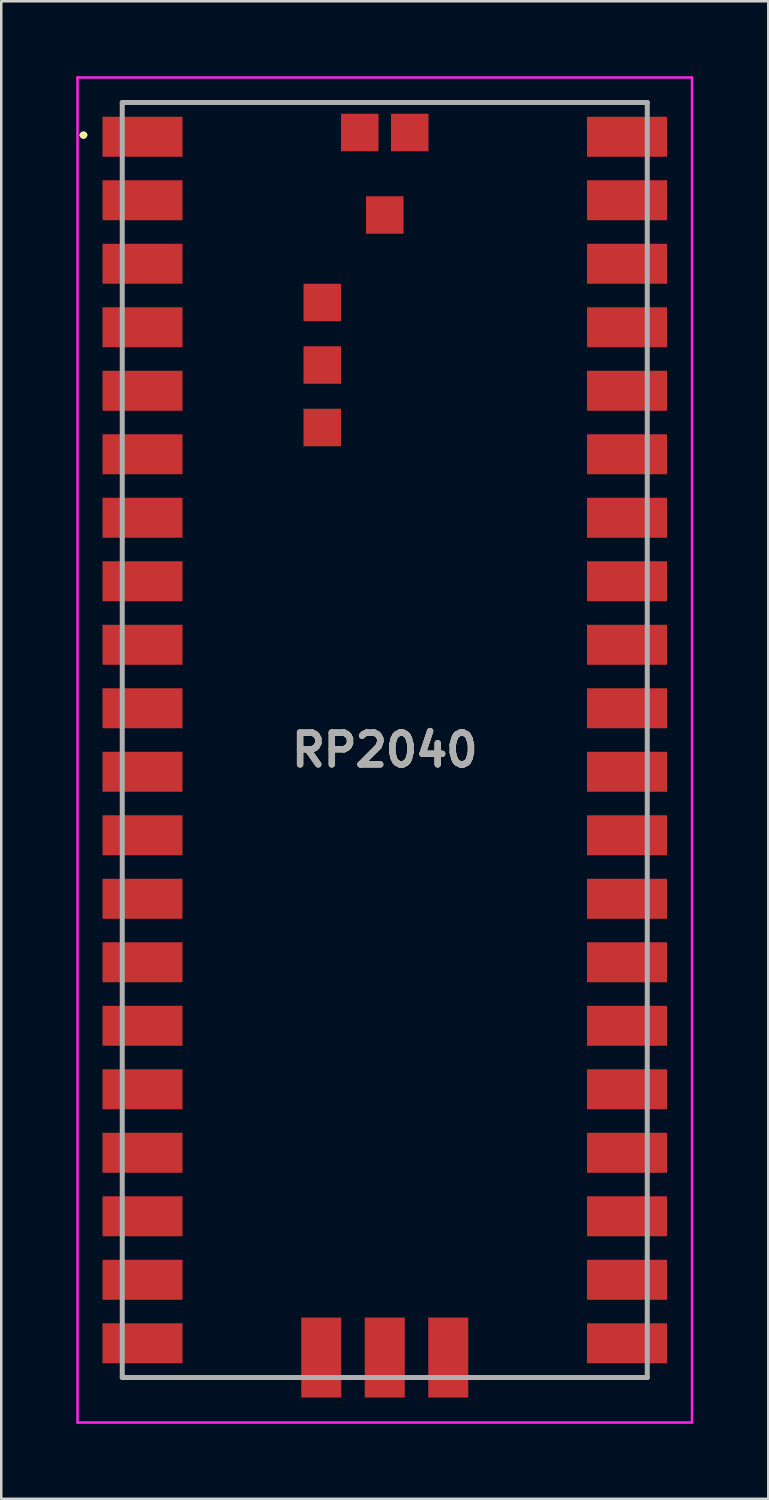
<source format=kicad_pcb>
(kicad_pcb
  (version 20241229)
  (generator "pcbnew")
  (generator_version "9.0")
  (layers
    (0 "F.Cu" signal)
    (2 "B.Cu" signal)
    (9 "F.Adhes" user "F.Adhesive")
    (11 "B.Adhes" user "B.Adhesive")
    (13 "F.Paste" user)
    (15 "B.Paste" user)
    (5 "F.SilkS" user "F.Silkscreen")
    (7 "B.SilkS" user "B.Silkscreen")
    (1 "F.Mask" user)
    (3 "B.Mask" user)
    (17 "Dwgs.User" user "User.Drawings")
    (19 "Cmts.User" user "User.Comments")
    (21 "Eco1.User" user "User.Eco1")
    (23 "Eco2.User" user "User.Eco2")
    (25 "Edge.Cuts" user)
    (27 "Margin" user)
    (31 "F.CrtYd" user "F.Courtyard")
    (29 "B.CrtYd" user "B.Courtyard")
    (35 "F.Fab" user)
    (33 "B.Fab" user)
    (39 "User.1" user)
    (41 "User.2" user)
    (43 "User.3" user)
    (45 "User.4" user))
  (footprint "RP2040"
    (layer "F.Cu")
    (at 1.84 52.05)
    (property "Reference" "RP2040" (at 10.5 -25.1 0) (layer "F.SilkS") (effects (font (size 1.27 1.27) (thickness 0.254))))
    (attr smd)
    (fp_line (start -1.6 -49.7) (end -1.6 -49.7) (stroke (width 0.2) (type solid)) (layer "F.SilkS"))
    (fp_line (start -1.6 -49.7) (end -1.6 -49.7) (stroke (width 0.2) (type solid)) (layer "F.SilkS"))
    (fp_line (start -1.5 -49.7) (end -1.5 -49.7) (stroke (width 0.2) (type solid)) (layer "F.SilkS"))
    (fp_line (start 0 -51) (end 0 -51) (stroke (width 0.1) (type solid)) (layer "F.SilkS"))
    (fp_line (start 0 -51) (end 21 -51) (stroke (width 0.1) (type solid)) (layer "F.SilkS"))
    (fp_line (start 0 0) (end 0 0) (stroke (width 0.1) (type solid)) (layer "F.SilkS"))
    (fp_line (start 0 0) (end 6.5 0) (stroke (width 0.1) (type solid)) (layer "F.SilkS"))
    (fp_line (start 6.5 0) (end 0 0) (stroke (width 0.1) (type solid)) (layer "F.SilkS"))
    (fp_line (start 6.5 0) (end 6.5 0) (stroke (width 0.1) (type solid)) (layer "F.SilkS"))
    (fp_line (start 14.75 0) (end 14.75 0) (stroke (width 0.1) (type solid)) (layer "F.SilkS"))
    (fp_line (start 14.75 0) (end 21 0) (stroke (width 0.1) (type solid)) (layer "F.SilkS"))
    (fp_line (start 21 -51) (end 0 -51) (stroke (width 0.1) (type solid)) (layer "F.SilkS"))
    (fp_line (start 21 -51) (end 21 -51) (stroke (width 0.1) (type solid)) (layer "F.SilkS"))
    (fp_line (start 21 0) (end 14.75 0) (stroke (width 0.1) (type solid)) (layer "F.SilkS"))
    (fp_line (start 21 0) (end 21 0) (stroke (width 0.1) (type solid)) (layer "F.SilkS"))
    (fp_arc (start -1.6 -49.7) (mid -1.55 -49.75) (end -1.5 -49.7) (stroke (width 0.2) (type solid)) (layer "F.SilkS"))
    (fp_arc (start -1.5 -49.7) (mid -1.55 -49.65) (end -1.6 -49.7) (stroke (width 0.2) (type solid)) (layer "F.SilkS"))
    (fp_arc (start -1.5 -49.7) (mid -1.55 -49.65) (end -1.6 -49.7) (stroke (width 0.2) (type solid)) (layer "F.SilkS"))
    (fp_line (start -1.79 -52) (end 22.79 -52) (stroke (width 0.1) (type solid)) (layer "F.CrtYd"))
    (fp_line (start -1.79 1.8) (end -1.79 -52) (stroke (width 0.1) (type solid)) (layer "F.CrtYd"))
    (fp_line (start 22.79 -52) (end 22.79 1.8) (stroke (width 0.1) (type solid)) (layer "F.CrtYd"))
    (fp_line (start 22.79 1.8) (end -1.79 1.8) (stroke (width 0.1) (type solid)) (layer "F.CrtYd"))
    (fp_line (start 0 -51) (end 0 0) (stroke (width 0.2) (type solid)) (layer "F.Fab"))
    (fp_line (start 0 0) (end 21 0) (stroke (width 0.2) (type solid)) (layer "F.Fab"))
    (fp_line (start 21 -51) (end 0 -51) (stroke (width 0.2) (type solid)) (layer "F.Fab"))
    (fp_line (start 21 0) (end 21 -51) (stroke (width 0.2) (type solid)) (layer "F.Fab"))
    (fp_text user "${REFERENCE}" (at 10.5 -25.1 0) (layer "F.Fab") (effects (font (size 1.27 1.27) (thickness 0.254))))
    (pad "1" smd rect (at 0.81 -49.63 90) (size 1.6 3.2) (layers "F.Cu" "F.Mask" "F.Paste"))
    (pad "2" smd rect (at 0.81 -47.09 90) (size 1.6 3.2) (layers "F.Cu" "F.Mask" "F.Paste"))
    (pad "3" smd rect (at 0.81 -44.55 90) (size 1.6 3.2) (layers "F.Cu" "F.Mask" "F.Paste"))
    (pad "4" smd rect (at 0.81 -42.01 90) (size 1.6 3.2) (layers "F.Cu" "F.Mask" "F.Paste"))
    (pad "5" smd rect (at 0.81 -39.47 90) (size 1.6 3.2) (layers "F.Cu" "F.Mask" "F.Paste"))
    (pad "6" smd rect (at 0.81 -36.93 90) (size 1.6 3.2) (layers "F.Cu" "F.Mask" "F.Paste"))
    (pad "7" smd rect (at 0.81 -34.39 90) (size 1.6 3.2) (layers "F.Cu" "F.Mask" "F.Paste"))
    (pad "8" smd rect (at 0.81 -31.85 90) (size 1.6 3.2) (layers "F.Cu" "F.Mask" "F.Paste"))
    (pad "9" smd rect (at 0.81 -29.31 90) (size 1.6 3.2) (layers "F.Cu" "F.Mask" "F.Paste"))
    (pad "10" smd rect (at 0.81 -26.77 90) (size 1.6 3.2) (layers "F.Cu" "F.Mask" "F.Paste"))
    (pad "11" smd rect (at 0.81 -24.23 90) (size 1.6 3.2) (layers "F.Cu" "F.Mask" "F.Paste"))
    (pad "12" smd rect (at 0.81 -21.69 90) (size 1.6 3.2) (layers "F.Cu" "F.Mask" "F.Paste"))
    (pad "13" smd rect (at 0.81 -19.15 90) (size 1.6 3.2) (layers "F.Cu" "F.Mask" "F.Paste"))
    (pad "14" smd rect (at 0.81 -16.61 90) (size 1.6 3.2) (layers "F.Cu" "F.Mask" "F.Paste"))
    (pad "15" smd rect (at 0.81 -14.07 90) (size 1.6 3.2) (layers "F.Cu" "F.Mask" "F.Paste"))
    (pad "16" smd rect (at 0.81 -11.53 90) (size 1.6 3.2) (layers "F.Cu" "F.Mask" "F.Paste"))
    (pad "17" smd rect (at 0.81 -8.99 90) (size 1.6 3.2) (layers "F.Cu" "F.Mask" "F.Paste"))
    (pad "18" smd rect (at 0.81 -6.45 90) (size 1.6 3.2) (layers "F.Cu" "F.Mask" "F.Paste"))
    (pad "19" smd rect (at 0.81 -3.91 90) (size 1.6 3.2) (layers "F.Cu" "F.Mask" "F.Paste"))
    (pad "20" smd rect (at 0.81 -1.37 90) (size 1.6 3.2) (layers "F.Cu" "F.Mask" "F.Paste"))
    (pad "21" smd rect (at 20.19 -1.37 90) (size 1.6 3.2) (layers "F.Cu" "F.Mask" "F.Paste"))
    (pad "22" smd rect (at 20.19 -3.91 90) (size 1.6 3.2) (layers "F.Cu" "F.Mask" "F.Paste"))
    (pad "23" smd rect (at 20.19 -6.45 90) (size 1.6 3.2) (layers "F.Cu" "F.Mask" "F.Paste"))
    (pad "24" smd rect (at 20.19 -8.99 90) (size 1.6 3.2) (layers "F.Cu" "F.Mask" "F.Paste"))
    (pad "25" smd rect (at 20.19 -11.53 90) (size 1.6 3.2) (layers "F.Cu" "F.Mask" "F.Paste"))
    (pad "26" smd rect (at 20.19 -14.07 90) (size 1.6 3.2) (layers "F.Cu" "F.Mask" "F.Paste"))
    (pad "27" smd rect (at 20.19 -16.61 90) (size 1.6 3.2) (layers "F.Cu" "F.Mask" "F.Paste"))
    (pad "28" smd rect (at 20.19 -19.15 90) (size 1.6 3.2) (layers "F.Cu" "F.Mask" "F.Paste"))
    (pad "29" smd rect (at 20.19 -21.69 90) (size 1.6 3.2) (layers "F.Cu" "F.Mask" "F.Paste"))
    (pad "30" smd rect (at 20.19 -24.23 90) (size 1.6 3.2) (layers "F.Cu" "F.Mask" "F.Paste"))
    (pad "31" smd rect (at 20.19 -26.77 90) (size 1.6 3.2) (layers "F.Cu" "F.Mask" "F.Paste"))
    (pad "32" smd rect (at 20.19 -29.31 90) (size 1.6 3.2) (layers "F.Cu" "F.Mask" "F.Paste"))
    (pad "33" smd rect (at 20.19 -31.85 90) (size 1.6 3.2) (layers "F.Cu" "F.Mask" "F.Paste"))
    (pad "34" smd rect (at 20.19 -34.39 90) (size 1.6 3.2) (layers "F.Cu" "F.Mask" "F.Paste"))
    (pad "35" smd rect (at 20.19 -36.93 90) (size 1.6 3.2) (layers "F.Cu" "F.Mask" "F.Paste"))
    (pad "36" smd rect (at 20.19 -39.47 90) (size 1.6 3.2) (layers "F.Cu" "F.Mask" "F.Paste"))
    (pad "37" smd rect (at 20.19 -42.01 90) (size 1.6 3.2) (layers "F.Cu" "F.Mask" "F.Paste"))
    (pad "38" smd rect (at 20.19 -44.55 90) (size 1.6 3.2) (layers "F.Cu" "F.Mask" "F.Paste"))
    (pad "39" smd rect (at 20.19 -47.09 90) (size 1.6 3.2) (layers "F.Cu" "F.Mask" "F.Paste"))
    (pad "40" smd rect (at 20.19 -49.63 90) (size 1.6 3.2) (layers "F.Cu" "F.Mask" "F.Paste"))
    (pad "D1" smd rect (at 7.96 -0.8) (size 1.6 3.2) (layers "F.Cu" "F.Mask" "F.Paste"))
    (pad "D2" smd rect (at 10.5 -0.8) (size 1.6 3.2) (layers "F.Cu" "F.Mask" "F.Paste"))
    (pad "D3" smd rect (at 13.04 -0.8) (size 1.6 3.2) (layers "F.Cu" "F.Mask" "F.Paste"))
    (pad "TP1" smd rect (at 10.5 -46.5 90) (size 1.5 1.5) (layers "F.Cu" "F.Mask" "F.Paste"))
    (pad "TP2" smd rect (at 11.5 -49.8 90) (size 1.5 1.5) (layers "F.Cu" "F.Mask" "F.Paste"))
    (pad "TP3" smd rect (at 9.5 -49.8 90) (size 1.5 1.5) (layers "F.Cu" "F.Mask" "F.Paste"))
    (pad "TP4" smd rect (at 8 -43 90) (size 1.5 1.5) (layers "F.Cu" "F.Mask" "F.Paste"))
    (pad "TP5" smd rect (at 8 -40.5 90) (size 1.5 1.5) (layers "F.Cu" "F.Mask" "F.Paste"))
    (pad "TP6" smd rect (at 8 -38 90) (size 1.5 1.5) (layers "F.Cu" "F.Mask" "F.Paste")))
  (gr_rect
    (start -3 -3)
    (end 27.68 56.9)
    (stroke (width 0.1) (type default))
    (fill no)
    (layer "Edge.Cuts")))
</source>
